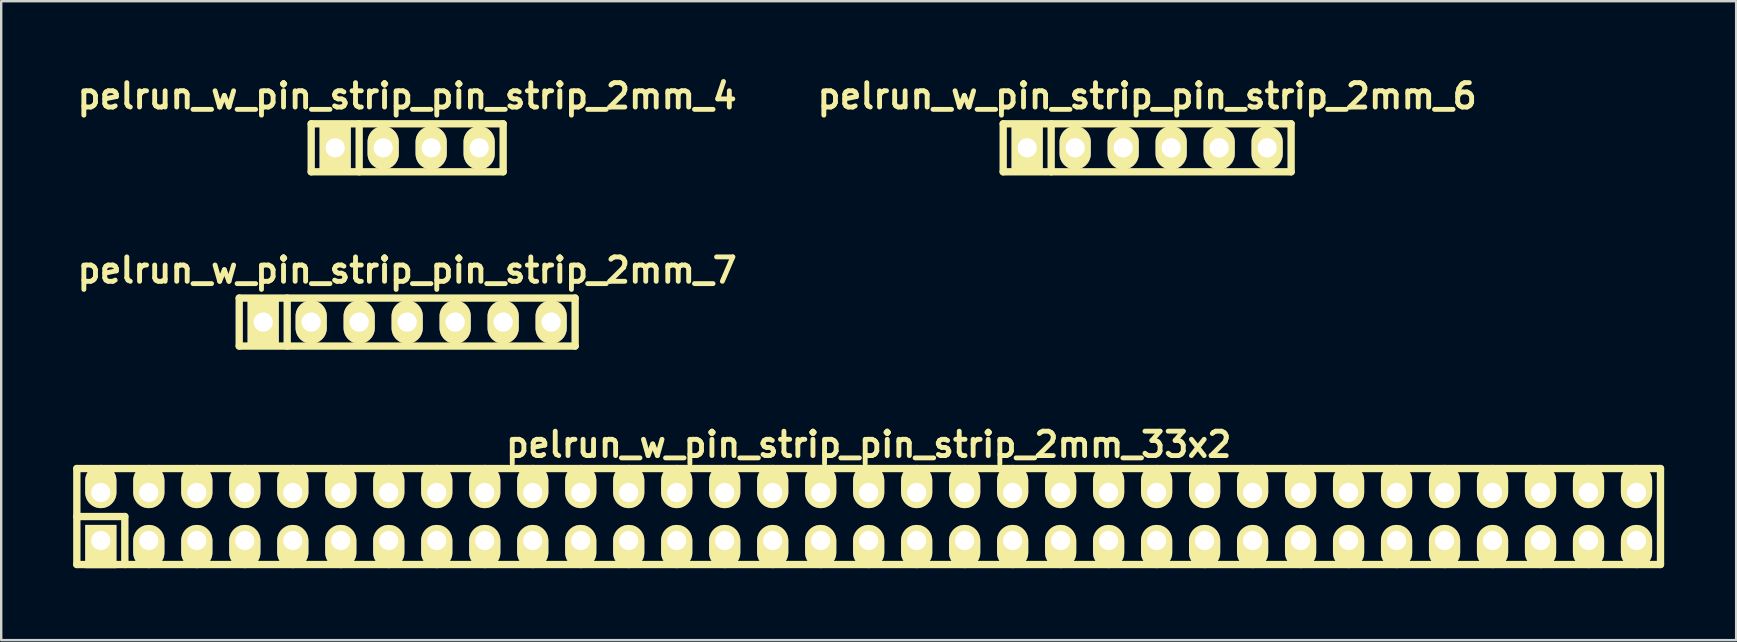
<source format=kicad_pcb>
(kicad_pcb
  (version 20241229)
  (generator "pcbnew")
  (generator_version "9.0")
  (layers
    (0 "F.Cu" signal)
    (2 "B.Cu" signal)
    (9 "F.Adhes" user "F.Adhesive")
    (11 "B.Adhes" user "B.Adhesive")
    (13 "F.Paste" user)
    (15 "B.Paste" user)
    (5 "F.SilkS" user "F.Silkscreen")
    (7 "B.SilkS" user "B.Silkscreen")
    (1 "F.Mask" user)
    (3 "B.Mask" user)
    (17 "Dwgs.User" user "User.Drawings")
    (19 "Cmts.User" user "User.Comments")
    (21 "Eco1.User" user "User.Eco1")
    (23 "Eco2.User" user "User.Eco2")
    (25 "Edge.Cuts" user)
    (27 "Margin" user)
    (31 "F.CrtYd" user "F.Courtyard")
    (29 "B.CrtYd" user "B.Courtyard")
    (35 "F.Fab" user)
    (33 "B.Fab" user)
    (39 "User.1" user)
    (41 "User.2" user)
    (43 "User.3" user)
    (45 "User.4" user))
  (footprint "pelrun_w_pin_strip_pin_strip_2mm_6"
    (layer "F.Cu")
    (at 44.758 3.11)
    (property "Reference" "pelrun_w_pin_strip_pin_strip_2mm_6" (at 0 -2.159 0) (layer "F.SilkS") (effects (font (size 1.016 1.016) (thickness 0.203))))
    (attr through_hole)
    (fp_line (start -6 -1) (end 6 -1) (stroke (width 0.305) (type solid)) (layer "F.SilkS"))
    (fp_line (start -6 1) (end -6 -1) (stroke (width 0.305) (type solid)) (layer "F.SilkS"))
    (fp_line (start -4 -1) (end -4 1) (stroke (width 0.305) (type solid)) (layer "F.SilkS"))
    (fp_line (start 6 -1) (end 6 1) (stroke (width 0.305) (type solid)) (layer "F.SilkS"))
    (fp_line (start 6 1) (end -6 1) (stroke (width 0.305) (type solid)) (layer "F.SilkS"))
    (pad "1" thru_hole rect (at -5 0) (size 1.3 1.8) (drill 0.8) (layers "*.Cu" "*.Mask" "F.SilkS"))
    (pad "2" thru_hole oval (at -3 0) (size 1.3 1.8) (drill 0.8) (layers "*.Cu" "*.Mask" "F.SilkS"))
    (pad "3" thru_hole oval (at -1 0) (size 1.3 1.8) (drill 0.8) (layers "*.Cu" "*.Mask" "F.SilkS"))
    (pad "4" thru_hole oval (at 1 0) (size 1.3 1.8) (drill 0.8) (layers "*.Cu" "*.Mask" "F.SilkS"))
    (pad "5" thru_hole oval (at 3 0) (size 1.3 1.8) (drill 0.8) (layers "*.Cu" "*.Mask" "F.SilkS"))
    (pad "6" thru_hole oval (at 5 0) (size 1.3 1.8) (drill 0.8) (layers "*.Cu" "*.Mask" "F.SilkS")))
  (footprint "pelrun_w_pin_strip_pin_strip_2mm_7"
    (layer "F.Cu")
    (at 13.919 10.372)
    (property "Reference" "pelrun_w_pin_strip_pin_strip_2mm_7" (at 0 -2.159 0) (layer "F.SilkS") (effects (font (size 1.016 1.016) (thickness 0.203))))
    (attr through_hole)
    (fp_line (start -7 -1) (end 7 -1) (stroke (width 0.305) (type solid)) (layer "F.SilkS"))
    (fp_line (start -7 1) (end -7 -1) (stroke (width 0.305) (type solid)) (layer "F.SilkS"))
    (fp_line (start -5 -1) (end -5 1) (stroke (width 0.305) (type solid)) (layer "F.SilkS"))
    (fp_line (start 7 -1) (end 7 1) (stroke (width 0.305) (type solid)) (layer "F.SilkS"))
    (fp_line (start 7 1) (end -7 1) (stroke (width 0.305) (type solid)) (layer "F.SilkS"))
    (pad "1" thru_hole rect (at -6 0) (size 1.3 1.8) (drill 0.8) (layers "*.Cu" "*.Mask" "F.SilkS"))
    (pad "2" thru_hole oval (at -4 0) (size 1.3 1.8) (drill 0.8) (layers "*.Cu" "*.Mask" "F.SilkS"))
    (pad "3" thru_hole oval (at -2 0) (size 1.3 1.8) (drill 0.8) (layers "*.Cu" "*.Mask" "F.SilkS"))
    (pad "4" thru_hole oval (at 0 0) (size 1.3 1.8) (drill 0.8) (layers "*.Cu" "*.Mask" "F.SilkS"))
    (pad "5" thru_hole oval (at 2 0) (size 1.3 1.8) (drill 0.8) (layers "*.Cu" "*.Mask" "F.SilkS"))
    (pad "6" thru_hole oval (at 4 0) (size 1.3 1.8) (drill 0.8) (layers "*.Cu" "*.Mask" "F.SilkS"))
    (pad "7" thru_hole oval (at 6 0) (size 1.3 1.8) (drill 0.8) (layers "*.Cu" "*.Mask" "F.SilkS")))
  (footprint "pelrun_w_pin_strip_pin_strip_2mm_4"
    (layer "F.Cu")
    (at 13.919 3.11)
    (property "Reference" "pelrun_w_pin_strip_pin_strip_2mm_4" (at 0 -2.159 0) (layer "F.SilkS") (effects (font (size 1.016 1.016) (thickness 0.203))))
    (attr through_hole)
    (fp_line (start -4 -1) (end 4 -1) (stroke (width 0.305) (type solid)) (layer "F.SilkS"))
    (fp_line (start -4 1) (end -4 -1) (stroke (width 0.305) (type solid)) (layer "F.SilkS"))
    (fp_line (start -2 -1) (end -2 1) (stroke (width 0.305) (type solid)) (layer "F.SilkS"))
    (fp_line (start 4 -1) (end 4 1) (stroke (width 0.305) (type solid)) (layer "F.SilkS"))
    (fp_line (start 4 1) (end -4 1) (stroke (width 0.305) (type solid)) (layer "F.SilkS"))
    (pad "1" thru_hole rect (at -3 0) (size 1.3 1.8) (drill 0.8) (layers "*.Cu" "*.Mask" "F.SilkS"))
    (pad "2" thru_hole oval (at -1 0) (size 1.3 1.8) (drill 0.8) (layers "*.Cu" "*.Mask" "F.SilkS"))
    (pad "3" thru_hole oval (at 1 0) (size 1.3 1.8) (drill 0.8) (layers "*.Cu" "*.Mask" "F.SilkS"))
    (pad "4" thru_hole oval (at 3 0) (size 1.3 1.8) (drill 0.8) (layers "*.Cu" "*.Mask" "F.SilkS")))
  (footprint "pelrun_w_pin_strip_pin_strip_2mm_33x2"
    (layer "F.Cu")
    (at 33.152 18.476)
    (property "Reference" "pelrun_w_pin_strip_pin_strip_2mm_33x2" (at 0 -3 0) (layer "F.SilkS") (effects (font (size 1.016 1.016) (thickness 0.203))))
    (attr through_hole)
    (fp_line (start -33 -2) (end 33 -2) (stroke (width 0.305) (type solid)) (layer "F.SilkS"))
    (fp_line (start -33 0) (end -31 0) (stroke (width 0.305) (type solid)) (layer "F.SilkS"))
    (fp_line (start -33 2) (end -33 -2) (stroke (width 0.305) (type solid)) (layer "F.SilkS"))
    (fp_line (start -31 0) (end -31 2) (stroke (width 0.305) (type solid)) (layer "F.SilkS"))
    (fp_line (start 33 -2) (end 33 2) (stroke (width 0.305) (type solid)) (layer "F.SilkS"))
    (fp_line (start 33 2) (end -33 2) (stroke (width 0.305) (type solid)) (layer "F.SilkS"))
    (pad "1" thru_hole rect (at -32 1) (size 1.3 1.8) (drill 0.8 (offset 0 0.25)) (layers "*.Cu" "*.Mask" "F.SilkS"))
    (pad "2" thru_hole oval (at -32 -1) (size 1.3 1.8) (drill 0.8 (offset 0 -0.25)) (layers "*.Cu" "*.Mask" "F.SilkS"))
    (pad "3" thru_hole oval (at -30 1) (size 1.3 1.8) (drill 0.8 (offset 0 0.25)) (layers "*.Cu" "*.Mask" "F.SilkS"))
    (pad "4" thru_hole oval (at -30 -1) (size 1.3 1.8) (drill 0.8 (offset 0 -0.25)) (layers "*.Cu" "*.Mask" "F.SilkS"))
    (pad "5" thru_hole oval (at -28 1) (size 1.3 1.8) (drill 0.8 (offset 0 0.25)) (layers "*.Cu" "*.Mask" "F.SilkS"))
    (pad "6" thru_hole oval (at -28 -1) (size 1.3 1.8) (drill 0.8 (offset 0 -0.25)) (layers "*.Cu" "*.Mask" "F.SilkS"))
    (pad "7" thru_hole oval (at -26 1) (size 1.3 1.8) (drill 0.8 (offset 0 0.25)) (layers "*.Cu" "*.Mask" "F.SilkS"))
    (pad "8" thru_hole oval (at -26 -1) (size 1.3 1.8) (drill 0.8 (offset 0 -0.25)) (layers "*.Cu" "*.Mask" "F.SilkS"))
    (pad "9" thru_hole oval (at -24 1) (size 1.3 1.8) (drill 0.8 (offset 0 0.25)) (layers "*.Cu" "*.Mask" "F.SilkS"))
    (pad "10" thru_hole oval (at -24 -1) (size 1.3 1.8) (drill 0.8 (offset 0 -0.25)) (layers "*.Cu" "*.Mask" "F.SilkS"))
    (pad "11" thru_hole oval (at -22 1) (size 1.3 1.8) (drill 0.8 (offset 0 0.25)) (layers "*.Cu" "*.Mask" "F.SilkS"))
    (pad "12" thru_hole oval (at -22 -1) (size 1.3 1.8) (drill 0.8 (offset 0 -0.25)) (layers "*.Cu" "*.Mask" "F.SilkS"))
    (pad "13" thru_hole oval (at -20 1) (size 1.3 1.8) (drill 0.8 (offset 0 0.25)) (layers "*.Cu" "*.Mask" "F.SilkS"))
    (pad "14" thru_hole oval (at -20 -1) (size 1.3 1.8) (drill 0.8 (offset 0 -0.25)) (layers "*.Cu" "*.Mask" "F.SilkS"))
    (pad "15" thru_hole oval (at -18 1) (size 1.3 1.8) (drill 0.8 (offset 0 0.25)) (layers "*.Cu" "*.Mask" "F.SilkS"))
    (pad "16" thru_hole oval (at -18 -1) (size 1.3 1.8) (drill 0.8 (offset 0 -0.25)) (layers "*.Cu" "*.Mask" "F.SilkS"))
    (pad "17" thru_hole oval (at -16 1) (size 1.3 1.8) (drill 0.8 (offset 0 0.25)) (layers "*.Cu" "*.Mask" "F.SilkS"))
    (pad "18" thru_hole oval (at -16 -1) (size 1.3 1.8) (drill 0.8 (offset 0 -0.25)) (layers "*.Cu" "*.Mask" "F.SilkS"))
    (pad "19" thru_hole oval (at -14 1) (size 1.3 1.8) (drill 0.8 (offset 0 0.25)) (layers "*.Cu" "*.Mask" "F.SilkS"))
    (pad "20" thru_hole oval (at -14 -1) (size 1.3 1.8) (drill 0.8 (offset 0 -0.25)) (layers "*.Cu" "*.Mask" "F.SilkS"))
    (pad "21" thru_hole oval (at -12 1) (size 1.3 1.8) (drill 0.8 (offset 0 0.25)) (layers "*.Cu" "*.Mask" "F.SilkS"))
    (pad "22" thru_hole oval (at -12 -1) (size 1.3 1.8) (drill 0.8 (offset 0 -0.25)) (layers "*.Cu" "*.Mask" "F.SilkS"))
    (pad "23" thru_hole oval (at -10 1) (size 1.3 1.8) (drill 0.8 (offset 0 0.25)) (layers "*.Cu" "*.Mask" "F.SilkS"))
    (pad "24" thru_hole oval (at -10 -1) (size 1.3 1.8) (drill 0.8 (offset 0 -0.25)) (layers "*.Cu" "*.Mask" "F.SilkS"))
    (pad "25" thru_hole oval (at -8 1) (size 1.3 1.8) (drill 0.8 (offset 0 0.25)) (layers "*.Cu" "*.Mask" "F.SilkS"))
    (pad "26" thru_hole oval (at -8 -1) (size 1.3 1.8) (drill 0.8 (offset 0 -0.25)) (layers "*.Cu" "*.Mask" "F.SilkS"))
    (pad "27" thru_hole oval (at -6 1) (size 1.3 1.8) (drill 0.8 (offset 0 0.25)) (layers "*.Cu" "*.Mask" "F.SilkS"))
    (pad "28" thru_hole oval (at -6 -1) (size 1.3 1.8) (drill 0.8 (offset 0 -0.25)) (layers "*.Cu" "*.Mask" "F.SilkS"))
    (pad "29" thru_hole oval (at -4 1) (size 1.3 1.8) (drill 0.8 (offset 0 0.25)) (layers "*.Cu" "*.Mask" "F.SilkS"))
    (pad "30" thru_hole oval (at -4 -1) (size 1.3 1.8) (drill 0.8 (offset 0 -0.25)) (layers "*.Cu" "*.Mask" "F.SilkS"))
    (pad "31" thru_hole oval (at -2 1) (size 1.3 1.8) (drill 0.8 (offset 0 0.25)) (layers "*.Cu" "*.Mask" "F.SilkS"))
    (pad "32" thru_hole oval (at -2 -1) (size 1.3 1.8) (drill 0.8 (offset 0 -0.25)) (layers "*.Cu" "*.Mask" "F.SilkS"))
    (pad "33" thru_hole oval (at 0 1) (size 1.3 1.8) (drill 0.8 (offset 0 0.25)) (layers "*.Cu" "*.Mask" "F.SilkS"))
    (pad "34" thru_hole oval (at 0 -1) (size 1.3 1.8) (drill 0.8 (offset 0 -0.25)) (layers "*.Cu" "*.Mask" "F.SilkS"))
    (pad "35" thru_hole oval (at 2 1) (size 1.3 1.8) (drill 0.8 (offset 0 0.25)) (layers "*.Cu" "*.Mask" "F.SilkS"))
    (pad "36" thru_hole oval (at 2 -1) (size 1.3 1.8) (drill 0.8 (offset 0 -0.25)) (layers "*.Cu" "*.Mask" "F.SilkS"))
    (pad "37" thru_hole oval (at 4 1) (size 1.3 1.8) (drill 0.8 (offset 0 0.25)) (layers "*.Cu" "*.Mask" "F.SilkS"))
    (pad "38" thru_hole oval (at 4 -1) (size 1.3 1.8) (drill 0.8 (offset 0 -0.25)) (layers "*.Cu" "*.Mask" "F.SilkS"))
    (pad "39" thru_hole oval (at 6 1) (size 1.3 1.8) (drill 0.8 (offset 0 0.25)) (layers "*.Cu" "*.Mask" "F.SilkS"))
    (pad "40" thru_hole oval (at 6 -1) (size 1.3 1.8) (drill 0.8 (offset 0 -0.25)) (layers "*.Cu" "*.Mask" "F.SilkS"))
    (pad "41" thru_hole oval (at 8 1) (size 1.3 1.8) (drill 0.8 (offset 0 0.25)) (layers "*.Cu" "*.Mask" "F.SilkS"))
    (pad "42" thru_hole oval (at 8 -1) (size 1.3 1.8) (drill 0.8 (offset 0 -0.25)) (layers "*.Cu" "*.Mask" "F.SilkS"))
    (pad "43" thru_hole oval (at 10 1) (size 1.3 1.8) (drill 0.8 (offset 0 0.25)) (layers "*.Cu" "*.Mask" "F.SilkS"))
    (pad "44" thru_hole oval (at 10 -1) (size 1.3 1.8) (drill 0.8 (offset 0 -0.25)) (layers "*.Cu" "*.Mask" "F.SilkS"))
    (pad "45" thru_hole oval (at 12 1) (size 1.3 1.8) (drill 0.8 (offset 0 0.25)) (layers "*.Cu" "*.Mask" "F.SilkS"))
    (pad "46" thru_hole oval (at 12 -1) (size 1.3 1.8) (drill 0.8 (offset 0 -0.25)) (layers "*.Cu" "*.Mask" "F.SilkS"))
    (pad "47" thru_hole oval (at 14 1) (size 1.3 1.8) (drill 0.8 (offset 0 0.25)) (layers "*.Cu" "*.Mask" "F.SilkS"))
    (pad "48" thru_hole oval (at 14 -1) (size 1.3 1.8) (drill 0.8 (offset 0 -0.25)) (layers "*.Cu" "*.Mask" "F.SilkS"))
    (pad "49" thru_hole oval (at 16 1) (size 1.3 1.8) (drill 0.8 (offset 0 0.25)) (layers "*.Cu" "*.Mask" "F.SilkS"))
    (pad "50" thru_hole oval (at 16 -1) (size 1.3 1.8) (drill 0.8 (offset 0 -0.25)) (layers "*.Cu" "*.Mask" "F.SilkS"))
    (pad "51" thru_hole oval (at 18 1) (size 1.3 1.8) (drill 0.8 (offset 0 0.25)) (layers "*.Cu" "*.Mask" "F.SilkS"))
    (pad "52" thru_hole oval (at 18 -1) (size 1.3 1.8) (drill 0.8 (offset 0 -0.25)) (layers "*.Cu" "*.Mask" "F.SilkS"))
    (pad "53" thru_hole oval (at 20 1) (size 1.3 1.8) (drill 0.8 (offset 0 0.25)) (layers "*.Cu" "*.Mask" "F.SilkS"))
    (pad "54" thru_hole oval (at 20 -1) (size 1.3 1.8) (drill 0.8 (offset 0 -0.25)) (layers "*.Cu" "*.Mask" "F.SilkS"))
    (pad "55" thru_hole oval (at 22 1) (size 1.3 1.8) (drill 0.8 (offset 0 0.25)) (layers "*.Cu" "*.Mask" "F.SilkS"))
    (pad "56" thru_hole oval (at 22 -1) (size 1.3 1.8) (drill 0.8 (offset 0 -0.25)) (layers "*.Cu" "*.Mask" "F.SilkS"))
    (pad "57" thru_hole oval (at 24 1) (size 1.3 1.8) (drill 0.8 (offset 0 0.25)) (layers "*.Cu" "*.Mask" "F.SilkS"))
    (pad "58" thru_hole oval (at 24 -1) (size 1.3 1.8) (drill 0.8 (offset 0 -0.25)) (layers "*.Cu" "*.Mask" "F.SilkS"))
    (pad "59" thru_hole oval (at 26 1) (size 1.3 1.8) (drill 0.8 (offset 0 0.25)) (layers "*.Cu" "*.Mask" "F.SilkS"))
    (pad "60" thru_hole oval (at 26 -1) (size 1.3 1.8) (drill 0.8 (offset 0 -0.25)) (layers "*.Cu" "*.Mask" "F.SilkS"))
    (pad "61" thru_hole oval (at 28 1) (size 1.3 1.8) (drill 0.8 (offset 0 0.25)) (layers "*.Cu" "*.Mask" "F.SilkS"))
    (pad "62" thru_hole oval (at 28 -1) (size 1.3 1.8) (drill 0.8 (offset 0 -0.25)) (layers "*.Cu" "*.Mask" "F.SilkS"))
    (pad "63" thru_hole oval (at 30 1) (size 1.3 1.8) (drill 0.8 (offset 0 0.25)) (layers "*.Cu" "*.Mask" "F.SilkS"))
    (pad "64" thru_hole oval (at 30 -1) (size 1.3 1.8) (drill 0.8 (offset 0 -0.25)) (layers "*.Cu" "*.Mask" "F.SilkS"))
    (pad "65" thru_hole oval (at 32 1) (size 1.3 1.8) (drill 0.8 (offset 0 0.25)) (layers "*.Cu" "*.Mask" "F.SilkS"))
    (pad "66" thru_hole oval (at 32 -1) (size 1.3 1.8) (drill 0.8 (offset 0 -0.25)) (layers "*.Cu" "*.Mask" "F.SilkS")))
  (gr_rect
    (start -3 -3)
    (end 69.305 23.628)
    (stroke (width 0.1) (type default))
    (fill no)
    (layer "Edge.Cuts")))
</source>
